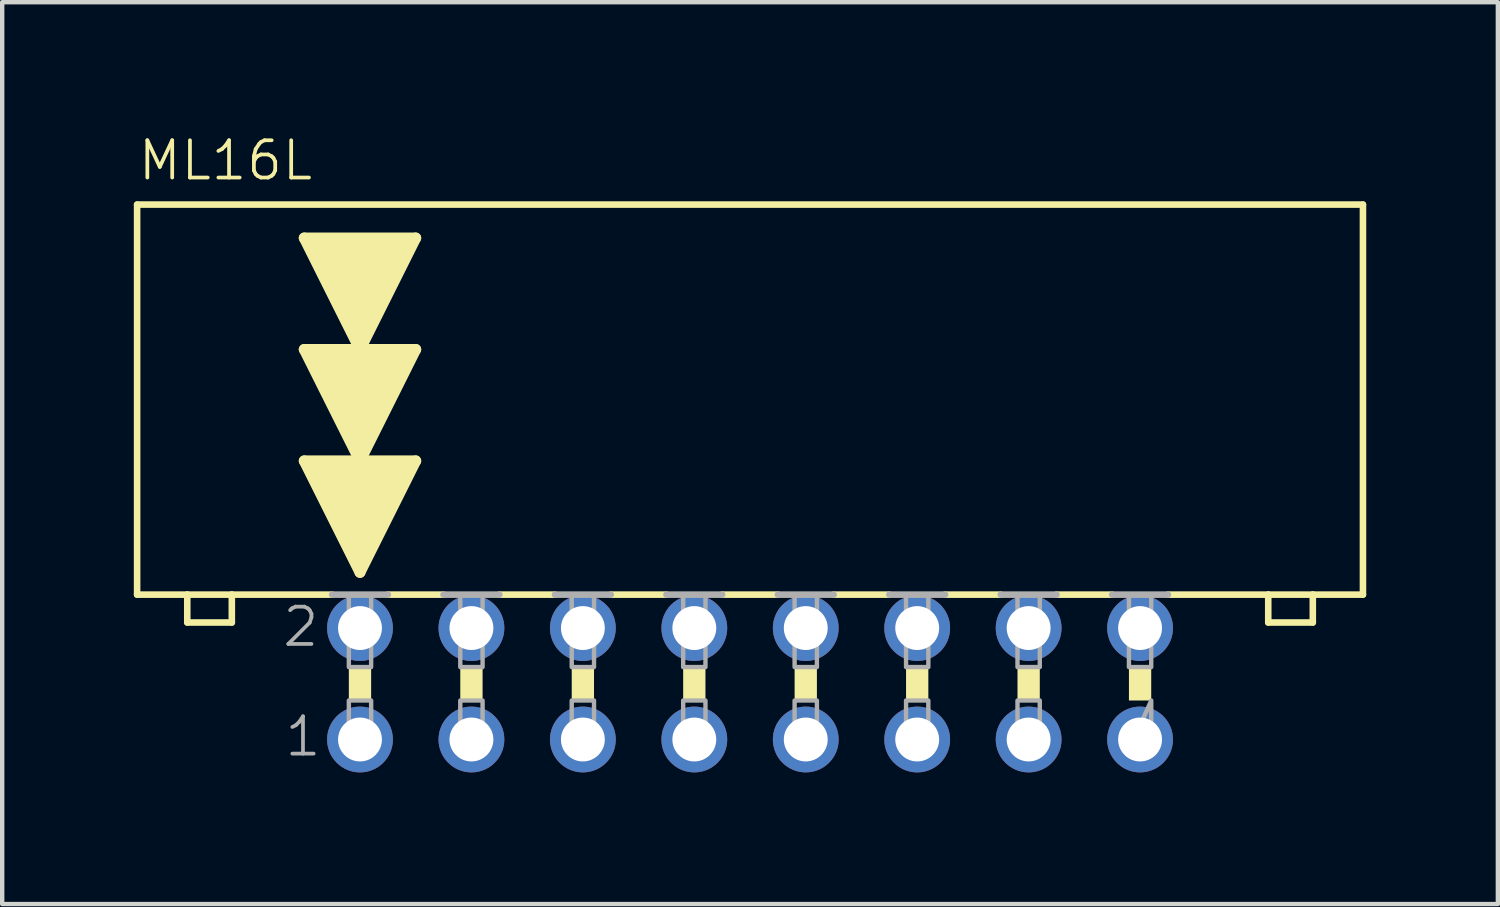
<source format=kicad_pcb>
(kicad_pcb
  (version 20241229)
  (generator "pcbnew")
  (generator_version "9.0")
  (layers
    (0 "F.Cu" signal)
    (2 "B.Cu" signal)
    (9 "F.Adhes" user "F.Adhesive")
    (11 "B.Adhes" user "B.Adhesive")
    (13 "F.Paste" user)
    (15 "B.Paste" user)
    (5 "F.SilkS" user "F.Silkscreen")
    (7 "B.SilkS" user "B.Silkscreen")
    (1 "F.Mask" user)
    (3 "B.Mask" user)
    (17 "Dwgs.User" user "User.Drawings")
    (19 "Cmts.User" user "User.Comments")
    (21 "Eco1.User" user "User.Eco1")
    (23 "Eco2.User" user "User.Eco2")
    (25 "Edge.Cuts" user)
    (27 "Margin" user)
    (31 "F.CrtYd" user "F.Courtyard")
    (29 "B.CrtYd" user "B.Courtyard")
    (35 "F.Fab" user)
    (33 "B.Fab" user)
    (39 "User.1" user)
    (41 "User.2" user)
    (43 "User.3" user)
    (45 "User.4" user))
  (footprint "ML16L"
    (layer "F.Cu")
    (at 14.045 12.535)
    (property "Reference" "ML16L" (at -13.995 -11.43 0) (layer "F.SilkS") (effects (font (size 0.85 0.85) (thickness 0.085)) (justify left bottom)))
    (attr through_hole)
    (fp_line (start -13.97 -2.032) (end -13.97 -10.922) (stroke (width 0.15) (type solid)) (layer "F.SilkS"))
    (fp_line (start -13.97 -2.032) (end -12.827 -2.032) (stroke (width 0.15) (type solid)) (layer "F.SilkS"))
    (fp_line (start -12.827 -2.032) (end -12.827 -1.397) (stroke (width 0.15) (type solid)) (layer "F.SilkS"))
    (fp_line (start -12.827 -2.032) (end -11.811 -2.032) (stroke (width 0.15) (type solid)) (layer "F.SilkS"))
    (fp_line (start -11.811 -2.032) (end -9.525 -2.032) (stroke (width 0.15) (type solid)) (layer "F.SilkS"))
    (fp_line (start -11.811 -1.397) (end -12.827 -1.397) (stroke (width 0.15) (type solid)) (layer "F.SilkS"))
    (fp_line (start -11.811 -1.397) (end -11.811 -2.032) (stroke (width 0.15) (type solid)) (layer "F.SilkS"))
    (fp_line (start -10.16 -10.16) (end -7.62 -10.16) (stroke (width 0.25) (type solid)) (layer "F.SilkS"))
    (fp_line (start -10.16 -7.62) (end -7.62 -7.62) (stroke (width 0.25) (type solid)) (layer "F.SilkS"))
    (fp_line (start -10.16 -5.08) (end -7.62 -5.08) (stroke (width 0.25) (type solid)) (layer "F.SilkS"))
    (fp_line (start -8.89 -7.62) (end -10.16 -10.16) (stroke (width 0.25) (type solid)) (layer "F.SilkS"))
    (fp_line (start -8.89 -5.08) (end -10.16 -7.62) (stroke (width 0.25) (type solid)) (layer "F.SilkS"))
    (fp_line (start -8.89 -2.54) (end -10.16 -5.08) (stroke (width 0.25) (type solid)) (layer "F.SilkS"))
    (fp_line (start -8.255 -2.032) (end -6.985 -2.032) (stroke (width 0.15) (type solid)) (layer "F.SilkS"))
    (fp_line (start -7.62 -10.16) (end -8.89 -7.62) (stroke (width 0.25) (type solid)) (layer "F.SilkS"))
    (fp_line (start -7.62 -7.62) (end -8.89 -5.08) (stroke (width 0.25) (type solid)) (layer "F.SilkS"))
    (fp_line (start -7.62 -5.08) (end -8.89 -2.54) (stroke (width 0.25) (type solid)) (layer "F.SilkS"))
    (fp_line (start -5.715 -2.032) (end -4.445 -2.032) (stroke (width 0.15) (type solid)) (layer "F.SilkS"))
    (fp_line (start -3.175 -2.032) (end -1.905 -2.032) (stroke (width 0.15) (type solid)) (layer "F.SilkS"))
    (fp_line (start -0.635 -2.032) (end 0.635 -2.032) (stroke (width 0.15) (type solid)) (layer "F.SilkS"))
    (fp_line (start 1.905 -2.032) (end 3.175 -2.032) (stroke (width 0.15) (type solid)) (layer "F.SilkS"))
    (fp_line (start 4.445 -2.032) (end 5.715 -2.032) (stroke (width 0.15) (type solid)) (layer "F.SilkS"))
    (fp_line (start 6.985 -2.032) (end 8.255 -2.032) (stroke (width 0.15) (type solid)) (layer "F.SilkS"))
    (fp_line (start 11.811 -2.032) (end 9.525 -2.032) (stroke (width 0.15) (type solid)) (layer "F.SilkS"))
    (fp_line (start 11.811 -2.032) (end 11.811 -1.397) (stroke (width 0.15) (type solid)) (layer "F.SilkS"))
    (fp_line (start 12.827 -2.032) (end 11.811 -2.032) (stroke (width 0.15) (type solid)) (layer "F.SilkS"))
    (fp_line (start 12.827 -1.397) (end 11.811 -1.397) (stroke (width 0.15) (type solid)) (layer "F.SilkS"))
    (fp_line (start 12.827 -1.397) (end 12.827 -2.032) (stroke (width 0.15) (type solid)) (layer "F.SilkS"))
    (fp_line (start 13.97 -10.922) (end -13.97 -10.922) (stroke (width 0.15) (type solid)) (layer "F.SilkS"))
    (fp_line (start 13.97 -2.032) (end 12.827 -2.032) (stroke (width 0.15) (type solid)) (layer "F.SilkS"))
    (fp_line (start 13.97 -2.032) (end 13.97 -10.922) (stroke (width 0.15) (type solid)) (layer "F.SilkS"))
    (fp_poly (pts (xy -10.1 -7.6) (xy -8.9 -5.2) (xy -7.7 -7.6)) (stroke (width 0) (type solid)) (fill yes) (layer "F.SilkS"))
    (fp_poly (pts (xy -8.9 -2.6) (xy -7.7 -5) (xy -10.1 -5)) (stroke (width 0) (type solid)) (fill yes) (layer "F.SilkS"))
    (fp_poly (pts (xy -10.1 -10.1) (xy -8.9 -7.7) (xy -7.7 -10.1) (xy -10.1 -10.1)) (stroke (width 0) (type solid)) (fill yes) (layer "F.SilkS"))
    (fp_poly (pts (xy -9.144 0.381) (xy -8.636 0.381) (xy -8.636 -0.381) (xy -9.144 -0.381)) (stroke (width 0) (type solid)) (fill yes) (layer "F.SilkS"))
    (fp_poly (pts (xy -6.604 0.381) (xy -6.096 0.381) (xy -6.096 -0.381) (xy -6.604 -0.381)) (stroke (width 0) (type solid)) (fill yes) (layer "F.SilkS"))
    (fp_poly (pts (xy -4.064 0.381) (xy -3.556 0.381) (xy -3.556 -0.381) (xy -4.064 -0.381)) (stroke (width 0) (type solid)) (fill yes) (layer "F.SilkS"))
    (fp_poly (pts (xy -1.524 0.381) (xy -1.016 0.381) (xy -1.016 -0.381) (xy -1.524 -0.381)) (stroke (width 0) (type solid)) (fill yes) (layer "F.SilkS"))
    (fp_poly (pts (xy 1.016 0.381) (xy 1.524 0.381) (xy 1.524 -0.381) (xy 1.016 -0.381)) (stroke (width 0) (type solid)) (fill yes) (layer "F.SilkS"))
    (fp_poly (pts (xy 3.556 0.381) (xy 4.064 0.381) (xy 4.064 -0.381) (xy 3.556 -0.381)) (stroke (width 0) (type solid)) (fill yes) (layer "F.SilkS"))
    (fp_poly (pts (xy 6.096 0.381) (xy 6.604 0.381) (xy 6.604 -0.381) (xy 6.096 -0.381)) (stroke (width 0) (type solid)) (fill yes) (layer "F.SilkS"))
    (fp_poly (pts (xy 8.636 0.381) (xy 9.144 0.381) (xy 9.144 -0.381) (xy 8.636 -0.381)) (stroke (width 0) (type solid)) (fill yes) (layer "F.SilkS"))
    (fp_line (start -9.525 -2.032) (end -8.255 -2.032) (stroke (width 0.15) (type solid)) (layer "F.Fab"))
    (fp_line (start -6.985 -2.032) (end -5.715 -2.032) (stroke (width 0.15) (type solid)) (layer "F.Fab"))
    (fp_line (start -4.445 -2.032) (end -3.175 -2.032) (stroke (width 0.15) (type solid)) (layer "F.Fab"))
    (fp_line (start -1.905 -2.032) (end -0.635 -2.032) (stroke (width 0.15) (type solid)) (layer "F.Fab"))
    (fp_line (start 1.905 -2.032) (end 0.635 -2.032) (stroke (width 0.15) (type solid)) (layer "F.Fab"))
    (fp_line (start 4.445 -2.032) (end 3.175 -2.032) (stroke (width 0.15) (type solid)) (layer "F.Fab"))
    (fp_line (start 6.985 -2.032) (end 5.715 -2.032) (stroke (width 0.15) (type solid)) (layer "F.Fab"))
    (fp_line (start 9.525 -2.032) (end 8.255 -2.032) (stroke (width 0.15) (type solid)) (layer "F.Fab"))
    (fp_poly (pts (xy 8.636 1.524) (xy 9.144 1.524) (xy 9.144 0.381)) (stroke (width 0.1) (type solid)) (fill no) (layer "F.Fab"))
    (fp_poly (pts (xy -9.144 -0.381) (xy -8.636 -0.381) (xy -8.636 -2.032) (xy -9.144 -2.032)) (stroke (width 0.1) (type solid)) (fill no) (layer "F.Fab"))
    (fp_poly (pts (xy -9.144 1.524) (xy -8.636 1.524) (xy -8.636 0.381) (xy -9.144 0.381)) (stroke (width 0.1) (type solid)) (fill no) (layer "F.Fab"))
    (fp_poly (pts (xy -6.604 -0.381) (xy -6.096 -0.381) (xy -6.096 -2.032) (xy -6.604 -2.032)) (stroke (width 0.1) (type solid)) (fill no) (layer "F.Fab"))
    (fp_poly (pts (xy -6.604 1.524) (xy -6.096 1.524) (xy -6.096 0.381) (xy -6.604 0.381)) (stroke (width 0.1) (type solid)) (fill no) (layer "F.Fab"))
    (fp_poly (pts (xy -4.064 -0.381) (xy -3.556 -0.381) (xy -3.556 -2.032) (xy -4.064 -2.032)) (stroke (width 0.1) (type solid)) (fill no) (layer "F.Fab"))
    (fp_poly (pts (xy -4.064 1.524) (xy -3.556 1.524) (xy -3.556 0.381) (xy -4.064 0.381)) (stroke (width 0.1) (type solid)) (fill no) (layer "F.Fab"))
    (fp_poly (pts (xy -1.524 -0.381) (xy -1.016 -0.381) (xy -1.016 -2.032) (xy -1.524 -2.032)) (stroke (width 0.1) (type solid)) (fill no) (layer "F.Fab"))
    (fp_poly (pts (xy -1.524 1.524) (xy -1.016 1.524) (xy -1.016 0.381) (xy -1.524 0.381)) (stroke (width 0.1) (type solid)) (fill no) (layer "F.Fab"))
    (fp_poly (pts (xy 1.016 -0.381) (xy 1.524 -0.381) (xy 1.524 -2.032) (xy 1.016 -2.032)) (stroke (width 0.1) (type solid)) (fill no) (layer "F.Fab"))
    (fp_poly (pts (xy 1.016 1.524) (xy 1.524 1.524) (xy 1.524 0.381) (xy 1.016 0.381)) (stroke (width 0.1) (type solid)) (fill no) (layer "F.Fab"))
    (fp_poly (pts (xy 3.556 -0.381) (xy 4.064 -0.381) (xy 4.064 -2.032) (xy 3.556 -2.032)) (stroke (width 0.1) (type solid)) (fill no) (layer "F.Fab"))
    (fp_poly (pts (xy 3.556 1.524) (xy 4.064 1.524) (xy 4.064 0.381) (xy 3.556 0.381)) (stroke (width 0.1) (type solid)) (fill no) (layer "F.Fab"))
    (fp_poly (pts (xy 6.096 -0.381) (xy 6.604 -0.381) (xy 6.604 -2.032) (xy 6.096 -2.032)) (stroke (width 0.1) (type solid)) (fill no) (layer "F.Fab"))
    (fp_poly (pts (xy 6.096 1.524) (xy 6.604 1.524) (xy 6.604 0.381) (xy 6.096 0.381)) (stroke (width 0.1) (type solid)) (fill no) (layer "F.Fab"))
    (fp_poly (pts (xy 8.636 -0.381) (xy 9.144 -0.381) (xy 9.144 -2.032) (xy 8.636 -2.032)) (stroke (width 0.1) (type solid)) (fill no) (layer "F.Fab"))
    (fp_text user "2" (at -10.7 -0.8 0) (layer "F.Fab") (effects (font (size 0.85 0.85) (thickness 0.085)) (justify left bottom)))
    (fp_text user "1" (at -10.65 1.7 0) (layer "F.Fab") (effects (font (size 0.85 0.85) (thickness 0.085)) (justify left bottom)))
    (pad "1" thru_hole circle (at -8.89 1.27) (size 1.5 1.5) (drill 1) (layers "*.Cu" "*.Mask"))
    (pad "2" thru_hole circle (at -8.89 -1.27) (size 1.5 1.5) (drill 1) (layers "*.Cu" "*.Mask"))
    (pad "3" thru_hole circle (at -6.35 1.27) (size 1.5 1.5) (drill 1) (layers "*.Cu" "*.Mask"))
    (pad "4" thru_hole circle (at -6.35 -1.27) (size 1.5 1.5) (drill 1) (layers "*.Cu" "*.Mask"))
    (pad "5" thru_hole circle (at -3.81 1.27) (size 1.5 1.5) (drill 1) (layers "*.Cu" "*.Mask"))
    (pad "6" thru_hole circle (at -3.81 -1.27) (size 1.5 1.5) (drill 1) (layers "*.Cu" "*.Mask"))
    (pad "7" thru_hole circle (at -1.27 1.27) (size 1.5 1.5) (drill 1) (layers "*.Cu" "*.Mask"))
    (pad "8" thru_hole circle (at -1.27 -1.27) (size 1.5 1.5) (drill 1) (layers "*.Cu" "*.Mask"))
    (pad "9" thru_hole circle (at 1.27 1.27) (size 1.5 1.5) (drill 1) (layers "*.Cu" "*.Mask"))
    (pad "10" thru_hole circle (at 1.27 -1.27) (size 1.5 1.5) (drill 1) (layers "*.Cu" "*.Mask"))
    (pad "11" thru_hole circle (at 3.81 1.27) (size 1.5 1.5) (drill 1) (layers "*.Cu" "*.Mask"))
    (pad "12" thru_hole circle (at 3.81 -1.27) (size 1.5 1.5) (drill 1) (layers "*.Cu" "*.Mask"))
    (pad "13" thru_hole circle (at 6.35 1.27) (size 1.5 1.5) (drill 1) (layers "*.Cu" "*.Mask"))
    (pad "14" thru_hole circle (at 6.35 -1.27) (size 1.5 1.5) (drill 1) (layers "*.Cu" "*.Mask"))
    (pad "15" thru_hole circle (at 8.89 1.27) (size 1.5 1.5) (drill 1) (layers "*.Cu" "*.Mask"))
    (pad "16" thru_hole circle (at 8.89 -1.27) (size 1.5 1.5) (drill 1) (layers "*.Cu" "*.Mask")))
  (gr_rect
    (start -3 -3)
    (end 31.09 17.555)
    (stroke (width 0.1) (type default))
    (fill no)
    (layer "Edge.Cuts")))
</source>
